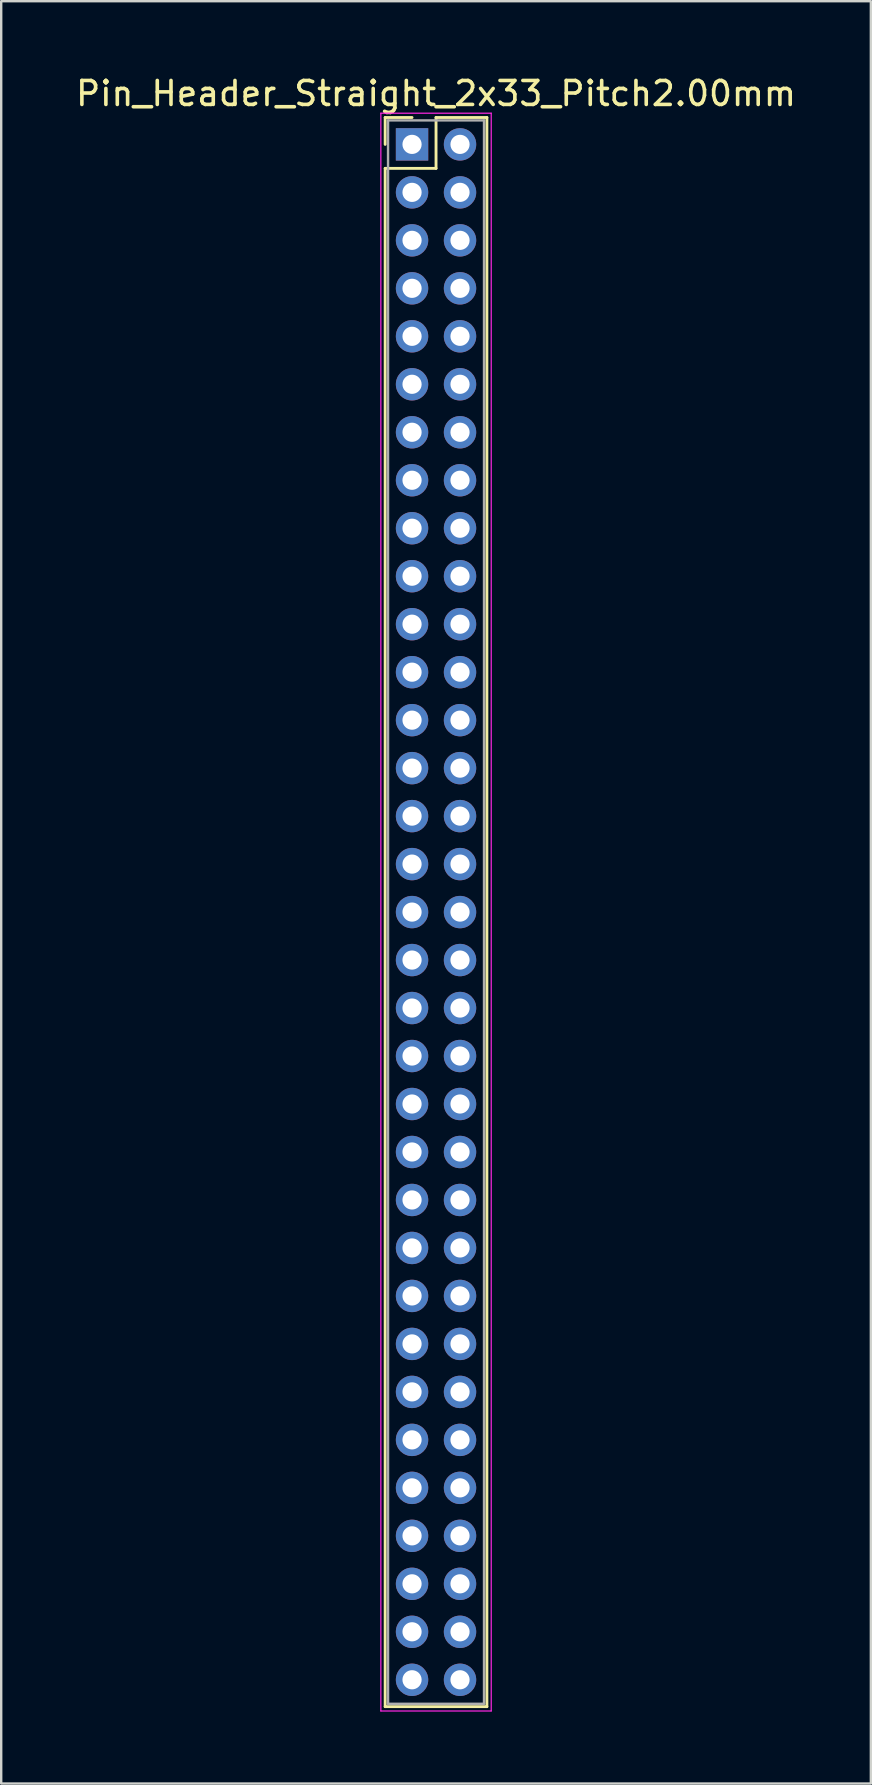
<source format=kicad_pcb>
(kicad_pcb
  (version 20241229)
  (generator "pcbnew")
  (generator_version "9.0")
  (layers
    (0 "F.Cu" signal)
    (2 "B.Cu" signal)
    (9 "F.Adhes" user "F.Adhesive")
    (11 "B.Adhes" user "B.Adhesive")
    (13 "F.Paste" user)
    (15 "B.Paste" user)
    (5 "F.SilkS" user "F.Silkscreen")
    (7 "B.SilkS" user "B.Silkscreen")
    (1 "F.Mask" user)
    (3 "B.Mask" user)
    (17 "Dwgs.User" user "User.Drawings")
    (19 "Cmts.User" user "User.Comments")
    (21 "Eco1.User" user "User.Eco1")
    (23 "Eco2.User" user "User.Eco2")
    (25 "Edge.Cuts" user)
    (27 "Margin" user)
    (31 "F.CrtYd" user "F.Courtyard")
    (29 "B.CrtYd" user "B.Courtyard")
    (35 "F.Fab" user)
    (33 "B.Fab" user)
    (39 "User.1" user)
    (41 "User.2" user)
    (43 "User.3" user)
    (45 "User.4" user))
  (footprint "Pin_Header_Straight_2x33_Pitch2.00mm"
    (layer "F.Cu")
    (at 14.125 2.968)
    (property "Reference" "Pin_Header_Straight_2x33_Pitch2.00mm" (at 1 -2.12 0) (layer "F.SilkS") (effects (font (size 1 1) (thickness 0.15))))
    (attr through_hole)
    (fp_line (start -1.12 -1.12) (end 0 -1.12) (stroke (width 0.12) (type solid)) (layer "F.SilkS"))
    (fp_line (start -1.12 0) (end -1.12 -1.12) (stroke (width 0.12) (type solid)) (layer "F.SilkS"))
    (fp_line (start -1.12 1) (end -1.12 65.12) (stroke (width 0.12) (type solid)) (layer "F.SilkS"))
    (fp_line (start -1.12 65.12) (end 3.12 65.12) (stroke (width 0.12) (type solid)) (layer "F.SilkS"))
    (fp_line (start 1 -1.12) (end 1 1) (stroke (width 0.12) (type solid)) (layer "F.SilkS"))
    (fp_line (start 1 1) (end -1.12 1) (stroke (width 0.12) (type solid)) (layer "F.SilkS"))
    (fp_line (start 3.12 -1.12) (end 1 -1.12) (stroke (width 0.12) (type solid)) (layer "F.SilkS"))
    (fp_line (start 3.12 65.12) (end 3.12 -1.12) (stroke (width 0.12) (type solid)) (layer "F.SilkS"))
    (fp_line (start -1.3 -1.3) (end -1.3 65.3) (stroke (width 0.05) (type solid)) (layer "F.CrtYd"))
    (fp_line (start -1.3 65.3) (end 3.3 65.3) (stroke (width 0.05) (type solid)) (layer "F.CrtYd"))
    (fp_line (start 3.3 -1.3) (end -1.3 -1.3) (stroke (width 0.05) (type solid)) (layer "F.CrtYd"))
    (fp_line (start 3.3 65.3) (end 3.3 -1.3) (stroke (width 0.05) (type solid)) (layer "F.CrtYd"))
    (fp_line (start -1 -1) (end -1 65) (stroke (width 0.1) (type solid)) (layer "F.Fab"))
    (fp_line (start -1 65) (end 3 65) (stroke (width 0.1) (type solid)) (layer "F.Fab"))
    (fp_line (start 3 -1) (end -1 -1) (stroke (width 0.1) (type solid)) (layer "F.Fab"))
    (fp_line (start 3 65) (end 3 -1) (stroke (width 0.1) (type solid)) (layer "F.Fab"))
    (pad "1" thru_hole rect (at 0 0) (size 1.35 1.35) (drill 0.8) (layers "*.Cu" "*.Mask"))
    (pad "2" thru_hole oval (at 2 0) (size 1.35 1.35) (drill 0.8) (layers "*.Cu" "*.Mask"))
    (pad "3" thru_hole oval (at 0 2) (size 1.35 1.35) (drill 0.8) (layers "*.Cu" "*.Mask"))
    (pad "4" thru_hole oval (at 2 2) (size 1.35 1.35) (drill 0.8) (layers "*.Cu" "*.Mask"))
    (pad "5" thru_hole oval (at 0 4) (size 1.35 1.35) (drill 0.8) (layers "*.Cu" "*.Mask"))
    (pad "6" thru_hole oval (at 2 4) (size 1.35 1.35) (drill 0.8) (layers "*.Cu" "*.Mask"))
    (pad "7" thru_hole oval (at 0 6) (size 1.35 1.35) (drill 0.8) (layers "*.Cu" "*.Mask"))
    (pad "8" thru_hole oval (at 2 6) (size 1.35 1.35) (drill 0.8) (layers "*.Cu" "*.Mask"))
    (pad "9" thru_hole oval (at 0 8) (size 1.35 1.35) (drill 0.8) (layers "*.Cu" "*.Mask"))
    (pad "10" thru_hole oval (at 2 8) (size 1.35 1.35) (drill 0.8) (layers "*.Cu" "*.Mask"))
    (pad "11" thru_hole oval (at 0 10) (size 1.35 1.35) (drill 0.8) (layers "*.Cu" "*.Mask"))
    (pad "12" thru_hole oval (at 2 10) (size 1.35 1.35) (drill 0.8) (layers "*.Cu" "*.Mask"))
    (pad "13" thru_hole oval (at 0 12) (size 1.35 1.35) (drill 0.8) (layers "*.Cu" "*.Mask"))
    (pad "14" thru_hole oval (at 2 12) (size 1.35 1.35) (drill 0.8) (layers "*.Cu" "*.Mask"))
    (pad "15" thru_hole oval (at 0 14) (size 1.35 1.35) (drill 0.8) (layers "*.Cu" "*.Mask"))
    (pad "16" thru_hole oval (at 2 14) (size 1.35 1.35) (drill 0.8) (layers "*.Cu" "*.Mask"))
    (pad "17" thru_hole oval (at 0 16) (size 1.35 1.35) (drill 0.8) (layers "*.Cu" "*.Mask"))
    (pad "18" thru_hole oval (at 2 16) (size 1.35 1.35) (drill 0.8) (layers "*.Cu" "*.Mask"))
    (pad "19" thru_hole oval (at 0 18) (size 1.35 1.35) (drill 0.8) (layers "*.Cu" "*.Mask"))
    (pad "20" thru_hole oval (at 2 18) (size 1.35 1.35) (drill 0.8) (layers "*.Cu" "*.Mask"))
    (pad "21" thru_hole oval (at 0 20) (size 1.35 1.35) (drill 0.8) (layers "*.Cu" "*.Mask"))
    (pad "22" thru_hole oval (at 2 20) (size 1.35 1.35) (drill 0.8) (layers "*.Cu" "*.Mask"))
    (pad "23" thru_hole oval (at 0 22) (size 1.35 1.35) (drill 0.8) (layers "*.Cu" "*.Mask"))
    (pad "24" thru_hole oval (at 2 22) (size 1.35 1.35) (drill 0.8) (layers "*.Cu" "*.Mask"))
    (pad "25" thru_hole oval (at 0 24) (size 1.35 1.35) (drill 0.8) (layers "*.Cu" "*.Mask"))
    (pad "26" thru_hole oval (at 2 24) (size 1.35 1.35) (drill 0.8) (layers "*.Cu" "*.Mask"))
    (pad "27" thru_hole oval (at 0 26) (size 1.35 1.35) (drill 0.8) (layers "*.Cu" "*.Mask"))
    (pad "28" thru_hole oval (at 2 26) (size 1.35 1.35) (drill 0.8) (layers "*.Cu" "*.Mask"))
    (pad "29" thru_hole oval (at 0 28) (size 1.35 1.35) (drill 0.8) (layers "*.Cu" "*.Mask"))
    (pad "30" thru_hole oval (at 2 28) (size 1.35 1.35) (drill 0.8) (layers "*.Cu" "*.Mask"))
    (pad "31" thru_hole oval (at 0 30) (size 1.35 1.35) (drill 0.8) (layers "*.Cu" "*.Mask"))
    (pad "32" thru_hole oval (at 2 30) (size 1.35 1.35) (drill 0.8) (layers "*.Cu" "*.Mask"))
    (pad "33" thru_hole oval (at 0 32) (size 1.35 1.35) (drill 0.8) (layers "*.Cu" "*.Mask"))
    (pad "34" thru_hole oval (at 2 32) (size 1.35 1.35) (drill 0.8) (layers "*.Cu" "*.Mask"))
    (pad "35" thru_hole oval (at 0 34) (size 1.35 1.35) (drill 0.8) (layers "*.Cu" "*.Mask"))
    (pad "36" thru_hole oval (at 2 34) (size 1.35 1.35) (drill 0.8) (layers "*.Cu" "*.Mask"))
    (pad "37" thru_hole oval (at 0 36) (size 1.35 1.35) (drill 0.8) (layers "*.Cu" "*.Mask"))
    (pad "38" thru_hole oval (at 2 36) (size 1.35 1.35) (drill 0.8) (layers "*.Cu" "*.Mask"))
    (pad "39" thru_hole oval (at 0 38) (size 1.35 1.35) (drill 0.8) (layers "*.Cu" "*.Mask"))
    (pad "40" thru_hole oval (at 2 38) (size 1.35 1.35) (drill 0.8) (layers "*.Cu" "*.Mask"))
    (pad "41" thru_hole oval (at 0 40) (size 1.35 1.35) (drill 0.8) (layers "*.Cu" "*.Mask"))
    (pad "42" thru_hole oval (at 2 40) (size 1.35 1.35) (drill 0.8) (layers "*.Cu" "*.Mask"))
    (pad "43" thru_hole oval (at 0 42) (size 1.35 1.35) (drill 0.8) (layers "*.Cu" "*.Mask"))
    (pad "44" thru_hole oval (at 2 42) (size 1.35 1.35) (drill 0.8) (layers "*.Cu" "*.Mask"))
    (pad "45" thru_hole oval (at 0 44) (size 1.35 1.35) (drill 0.8) (layers "*.Cu" "*.Mask"))
    (pad "46" thru_hole oval (at 2 44) (size 1.35 1.35) (drill 0.8) (layers "*.Cu" "*.Mask"))
    (pad "47" thru_hole oval (at 0 46) (size 1.35 1.35) (drill 0.8) (layers "*.Cu" "*.Mask"))
    (pad "48" thru_hole oval (at 2 46) (size 1.35 1.35) (drill 0.8) (layers "*.Cu" "*.Mask"))
    (pad "49" thru_hole oval (at 0 48) (size 1.35 1.35) (drill 0.8) (layers "*.Cu" "*.Mask"))
    (pad "50" thru_hole oval (at 2 48) (size 1.35 1.35) (drill 0.8) (layers "*.Cu" "*.Mask"))
    (pad "51" thru_hole oval (at 0 50) (size 1.35 1.35) (drill 0.8) (layers "*.Cu" "*.Mask"))
    (pad "52" thru_hole oval (at 2 50) (size 1.35 1.35) (drill 0.8) (layers "*.Cu" "*.Mask"))
    (pad "53" thru_hole oval (at 0 52) (size 1.35 1.35) (drill 0.8) (layers "*.Cu" "*.Mask"))
    (pad "54" thru_hole oval (at 2 52) (size 1.35 1.35) (drill 0.8) (layers "*.Cu" "*.Mask"))
    (pad "55" thru_hole oval (at 0 54) (size 1.35 1.35) (drill 0.8) (layers "*.Cu" "*.Mask"))
    (pad "56" thru_hole oval (at 2 54) (size 1.35 1.35) (drill 0.8) (layers "*.Cu" "*.Mask"))
    (pad "57" thru_hole oval (at 0 56) (size 1.35 1.35) (drill 0.8) (layers "*.Cu" "*.Mask"))
    (pad "58" thru_hole oval (at 2 56) (size 1.35 1.35) (drill 0.8) (layers "*.Cu" "*.Mask"))
    (pad "59" thru_hole oval (at 0 58) (size 1.35 1.35) (drill 0.8) (layers "*.Cu" "*.Mask"))
    (pad "60" thru_hole oval (at 2 58) (size 1.35 1.35) (drill 0.8) (layers "*.Cu" "*.Mask"))
    (pad "61" thru_hole oval (at 0 60) (size 1.35 1.35) (drill 0.8) (layers "*.Cu" "*.Mask"))
    (pad "62" thru_hole oval (at 2 60) (size 1.35 1.35) (drill 0.8) (layers "*.Cu" "*.Mask"))
    (pad "63" thru_hole oval (at 0 62) (size 1.35 1.35) (drill 0.8) (layers "*.Cu" "*.Mask"))
    (pad "64" thru_hole oval (at 2 62) (size 1.35 1.35) (drill 0.8) (layers "*.Cu" "*.Mask"))
    (pad "65" thru_hole oval (at 0 64) (size 1.35 1.35) (drill 0.8) (layers "*.Cu" "*.Mask"))
    (pad "66" thru_hole oval (at 2 64) (size 1.35 1.35) (drill 0.8) (layers "*.Cu" "*.Mask")))
  (gr_rect
    (start -3 -3)
    (end 33.25 71.293)
    (stroke (width 0.1) (type default))
    (fill no)
    (layer "Edge.Cuts")))
</source>
